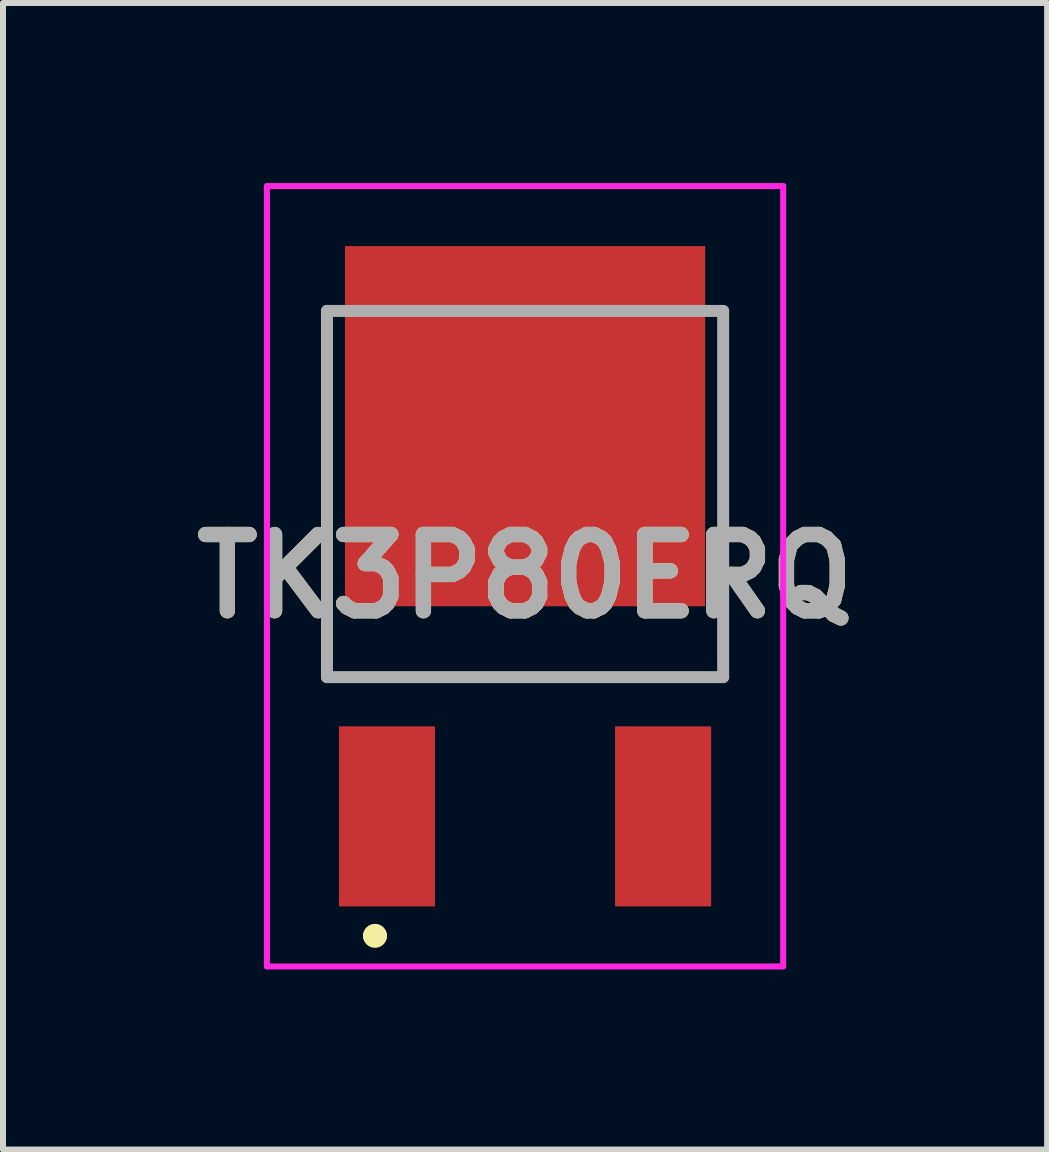
<source format=kicad_pcb>
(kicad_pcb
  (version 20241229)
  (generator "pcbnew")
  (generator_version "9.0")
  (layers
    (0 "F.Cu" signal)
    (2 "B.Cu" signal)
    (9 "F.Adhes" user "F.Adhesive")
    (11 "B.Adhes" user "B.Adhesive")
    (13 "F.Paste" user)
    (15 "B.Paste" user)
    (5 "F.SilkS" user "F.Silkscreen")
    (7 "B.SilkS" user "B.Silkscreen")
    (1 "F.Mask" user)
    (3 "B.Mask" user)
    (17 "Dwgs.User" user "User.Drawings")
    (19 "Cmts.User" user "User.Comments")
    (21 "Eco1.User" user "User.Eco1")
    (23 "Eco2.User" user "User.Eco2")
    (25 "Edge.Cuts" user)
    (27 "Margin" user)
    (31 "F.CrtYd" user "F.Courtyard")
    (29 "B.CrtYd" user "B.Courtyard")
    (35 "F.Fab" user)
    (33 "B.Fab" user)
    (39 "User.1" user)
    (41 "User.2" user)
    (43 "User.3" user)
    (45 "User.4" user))
  (footprint "TK3P80ERQ"
    (layer "F.Cu")
    (at 5.697 10.55)
    (property "Reference" "TK3P80ERQ" (at 0 -4 0) (layer "F.SilkS") (effects (font (size 1.27 1.27) (thickness 0.254))))
    (attr smd)
    (fp_line (start -3.3 -8.42) (end -3.3 -2.32) (stroke (width 0.1) (type solid)) (layer "F.SilkS"))
    (fp_line (start -3.3 -2.32) (end 3.3 -2.32) (stroke (width 0.1) (type solid)) (layer "F.SilkS"))
    (fp_line (start -2.6 1.99) (end -2.6 1.99) (stroke (width 0.2) (type solid)) (layer "F.SilkS"))
    (fp_line (start -2.4 1.99) (end -2.4 1.99) (stroke (width 0.2) (type solid)) (layer "F.SilkS"))
    (fp_line (start 3.3 -2.32) (end 3.3 -8.42) (stroke (width 0.1) (type solid)) (layer "F.SilkS"))
    (fp_arc (start -2.6 1.99) (mid -2.5 1.89) (end -2.4 1.99) (stroke (width 0.2) (type solid)) (layer "F.SilkS"))
    (fp_arc (start -2.4 1.99) (mid -2.5 2.09) (end -2.6 1.99) (stroke (width 0.2) (type solid)) (layer "F.SilkS"))
    (fp_line (start -4.3 -10.5) (end 4.3 -10.5) (stroke (width 0.1) (type solid)) (layer "F.CrtYd"))
    (fp_line (start -4.3 2.5) (end -4.3 -10.5) (stroke (width 0.1) (type solid)) (layer "F.CrtYd"))
    (fp_line (start 4.3 -10.5) (end 4.3 2.5) (stroke (width 0.1) (type solid)) (layer "F.CrtYd"))
    (fp_line (start 4.3 2.5) (end -4.3 2.5) (stroke (width 0.1) (type solid)) (layer "F.CrtYd"))
    (fp_line (start -3.3 -8.42) (end 3.3 -8.42) (stroke (width 0.2) (type solid)) (layer "F.Fab"))
    (fp_line (start -3.3 -2.32) (end -3.3 -8.42) (stroke (width 0.2) (type solid)) (layer "F.Fab"))
    (fp_line (start 3.3 -8.42) (end 3.3 -2.32) (stroke (width 0.2) (type solid)) (layer "F.Fab"))
    (fp_line (start 3.3 -2.32) (end -3.3 -2.32) (stroke (width 0.2) (type solid)) (layer "F.Fab"))
    (fp_text user "${REFERENCE}" (at 0 -4 0) (layer "F.Fab") (effects (font (size 1.27 1.27) (thickness 0.254))))
    (pad "1" smd rect (at -2.3 0) (size 1.6 3) (layers "F.Cu" "F.Mask" "F.Paste"))
    (pad "2" smd rect (at 0 -6.5) (size 6 6) (layers "F.Cu" "F.Mask" "F.Paste"))
    (pad "3" smd rect (at 2.3 0) (size 1.6 3) (layers "F.Cu" "F.Mask" "F.Paste")))
  (gr_rect
    (start -3 -3)
    (end 14.394 16.1)
    (stroke (width 0.1) (type default))
    (fill no)
    (layer "Edge.Cuts")))
</source>
